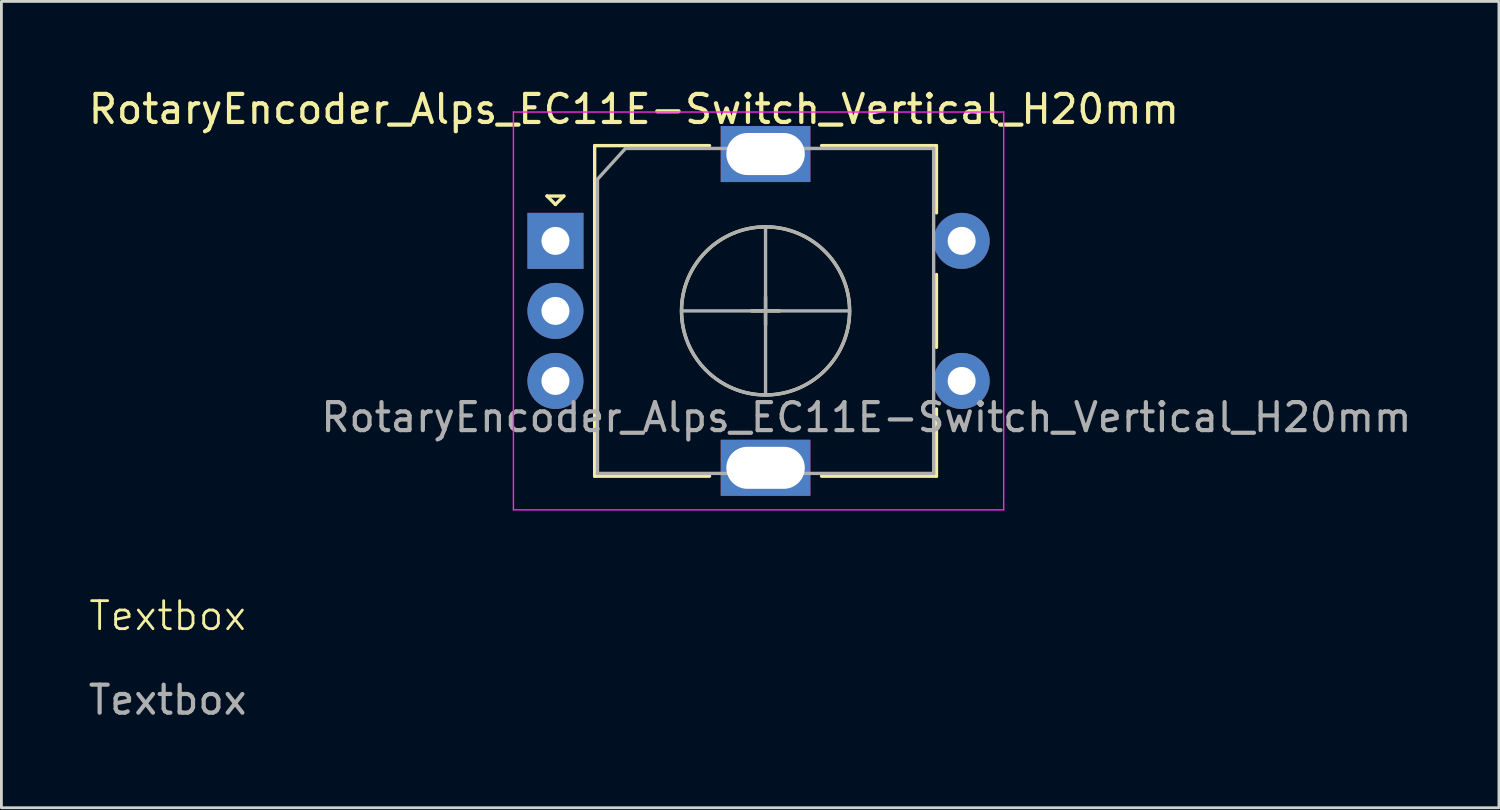
<source format=kicad_pcb>
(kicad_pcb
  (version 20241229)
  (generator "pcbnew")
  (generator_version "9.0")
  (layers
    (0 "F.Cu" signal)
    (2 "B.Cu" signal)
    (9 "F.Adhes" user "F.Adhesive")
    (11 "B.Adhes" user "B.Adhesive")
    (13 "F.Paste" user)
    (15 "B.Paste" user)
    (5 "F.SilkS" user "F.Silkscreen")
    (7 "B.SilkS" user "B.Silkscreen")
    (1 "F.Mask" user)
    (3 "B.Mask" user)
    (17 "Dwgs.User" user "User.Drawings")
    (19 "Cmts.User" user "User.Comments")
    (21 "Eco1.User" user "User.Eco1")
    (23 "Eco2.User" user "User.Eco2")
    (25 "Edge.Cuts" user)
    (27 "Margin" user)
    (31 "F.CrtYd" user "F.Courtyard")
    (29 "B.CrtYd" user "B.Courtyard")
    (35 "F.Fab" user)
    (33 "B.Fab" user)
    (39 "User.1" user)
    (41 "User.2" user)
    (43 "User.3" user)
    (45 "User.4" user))
  (footprint "RotaryEncoder_Alps_EC11E-Switch_Vertical_H20mm"
    (layer "F.Cu")
    (at 16.777 5.548)
    (property "Reference" "RotaryEncoder_Alps_EC11E-Switch_Vertical_H20mm" (at 2.8 -4.7 0) (layer "F.SilkS") (effects (font (size 1 1) (thickness 0.15))))
    (attr through_hole)
    (fp_line (start -0.3 -1.6) (end 0.3 -1.6) (stroke (width 0.12) (type solid)) (layer "F.SilkS"))
    (fp_line (start 0 -1.3) (end -0.3 -1.6) (stroke (width 0.12) (type solid)) (layer "F.SilkS"))
    (fp_line (start 0.3 -1.6) (end 0 -1.3) (stroke (width 0.12) (type solid)) (layer "F.SilkS"))
    (fp_line (start 1.4 -3.4) (end 1.4 8.4) (stroke (width 0.12) (type solid)) (layer "F.SilkS"))
    (fp_line (start 5.5 -3.4) (end 1.4 -3.4) (stroke (width 0.12) (type solid)) (layer "F.SilkS"))
    (fp_line (start 5.5 8.4) (end 1.4 8.4) (stroke (width 0.12) (type solid)) (layer "F.SilkS"))
    (fp_line (start 7 2.5) (end 8 2.5) (stroke (width 0.12) (type solid)) (layer "F.SilkS"))
    (fp_line (start 7.5 2) (end 7.5 3) (stroke (width 0.12) (type solid)) (layer "F.SilkS"))
    (fp_line (start 9.5 -3.4) (end 13.6 -3.4) (stroke (width 0.12) (type solid)) (layer "F.SilkS"))
    (fp_line (start 13.6 -3.4) (end 13.6 -1) (stroke (width 0.12) (type solid)) (layer "F.SilkS"))
    (fp_line (start 13.6 1.2) (end 13.6 3.8) (stroke (width 0.12) (type solid)) (layer "F.SilkS"))
    (fp_line (start 13.6 6) (end 13.6 8.4) (stroke (width 0.12) (type solid)) (layer "F.SilkS"))
    (fp_line (start 13.6 8.4) (end 9.5 8.4) (stroke (width 0.12) (type solid)) (layer "F.SilkS"))
    (fp_circle (center 7.5 2.5) (end 10.5 2.5) (stroke (width 0.12) (type solid)) (fill no) (layer "F.SilkS"))
    (fp_line (start -1.5 -4.6) (end -1.5 9.6) (stroke (width 0.05) (type solid)) (layer "F.CrtYd"))
    (fp_line (start -1.5 -4.6) (end 16 -4.6) (stroke (width 0.05) (type solid)) (layer "F.CrtYd"))
    (fp_line (start 16 9.6) (end -1.5 9.6) (stroke (width 0.05) (type solid)) (layer "F.CrtYd"))
    (fp_line (start 16 9.6) (end 16 -4.6) (stroke (width 0.05) (type solid)) (layer "F.CrtYd"))
    (fp_line (start 1.5 -2.2) (end 2.5 -3.3) (stroke (width 0.12) (type solid)) (layer "F.Fab"))
    (fp_line (start 1.5 8.3) (end 1.5 -2.2) (stroke (width 0.12) (type solid)) (layer "F.Fab"))
    (fp_line (start 2.5 -3.3) (end 13.5 -3.3) (stroke (width 0.12) (type solid)) (layer "F.Fab"))
    (fp_line (start 4.5 2.5) (end 10.5 2.5) (stroke (width 0.12) (type solid)) (layer "F.Fab"))
    (fp_line (start 7.5 -0.5) (end 7.5 5.5) (stroke (width 0.12) (type solid)) (layer "F.Fab"))
    (fp_line (start 13.5 -3.3) (end 13.5 8.3) (stroke (width 0.12) (type solid)) (layer "F.Fab"))
    (fp_line (start 13.5 8.3) (end 1.5 8.3) (stroke (width 0.12) (type solid)) (layer "F.Fab"))
    (fp_circle (center 7.5 2.5) (end 10.5 2.5) (stroke (width 0.12) (type solid)) (fill no) (layer "F.Fab"))
    (fp_text user "${REFERENCE}" (at 11.1 6.3 0) (layer "F.Fab") (effects (font (size 1 1) (thickness 0.15))))
    (pad "A" thru_hole rect (at 0 0) (size 2 2) (drill 1) (layers "*.Cu" "*.Mask"))
    (pad "B" thru_hole circle (at 0 5) (size 2 2) (drill 1) (layers "*.Cu" "*.Mask"))
    (pad "C" thru_hole circle (at 0 2.5) (size 2 2) (drill 1) (layers "*.Cu" "*.Mask"))
    (pad "MP" thru_hole rect (at 7.5 -3.1) (size 3.2 2) (drill oval 2.8 1.5) (layers "*.Cu" "*.Mask"))
    (pad "MP" thru_hole rect (at 7.5 8.1) (size 3.2 2) (drill oval 2.8 1.5) (layers "*.Cu" "*.Mask"))
    (pad "S1" thru_hole circle (at 14.5 0) (size 2 2) (drill 1) (layers "*.Cu" "*.Mask"))
    (pad "S2" thru_hole circle (at 14.5 5) (size 2 2) (drill 1) (layers "*.Cu" "*.Mask")))
  (footprint "Textbox"
    (layer "F.Cu")
    (at 2.935 19.434)
    (property "Reference" "Textbox" (at 0 -0.5 0) (unlocked yes) (layer "F.SilkS") (effects (font (size 1 1) (thickness 0.1))))
    (fp_text user "${REFERENCE}" (at 0 2.5 0) (unlocked yes) (layer "F.Fab") (effects (font (size 1 1) (thickness 0.15)))))
  (gr_rect
    (start -3 -3)
    (end 50.455 25.782)
    (stroke (width 0.1) (type default))
    (fill no)
    (layer "Edge.Cuts")))
</source>
